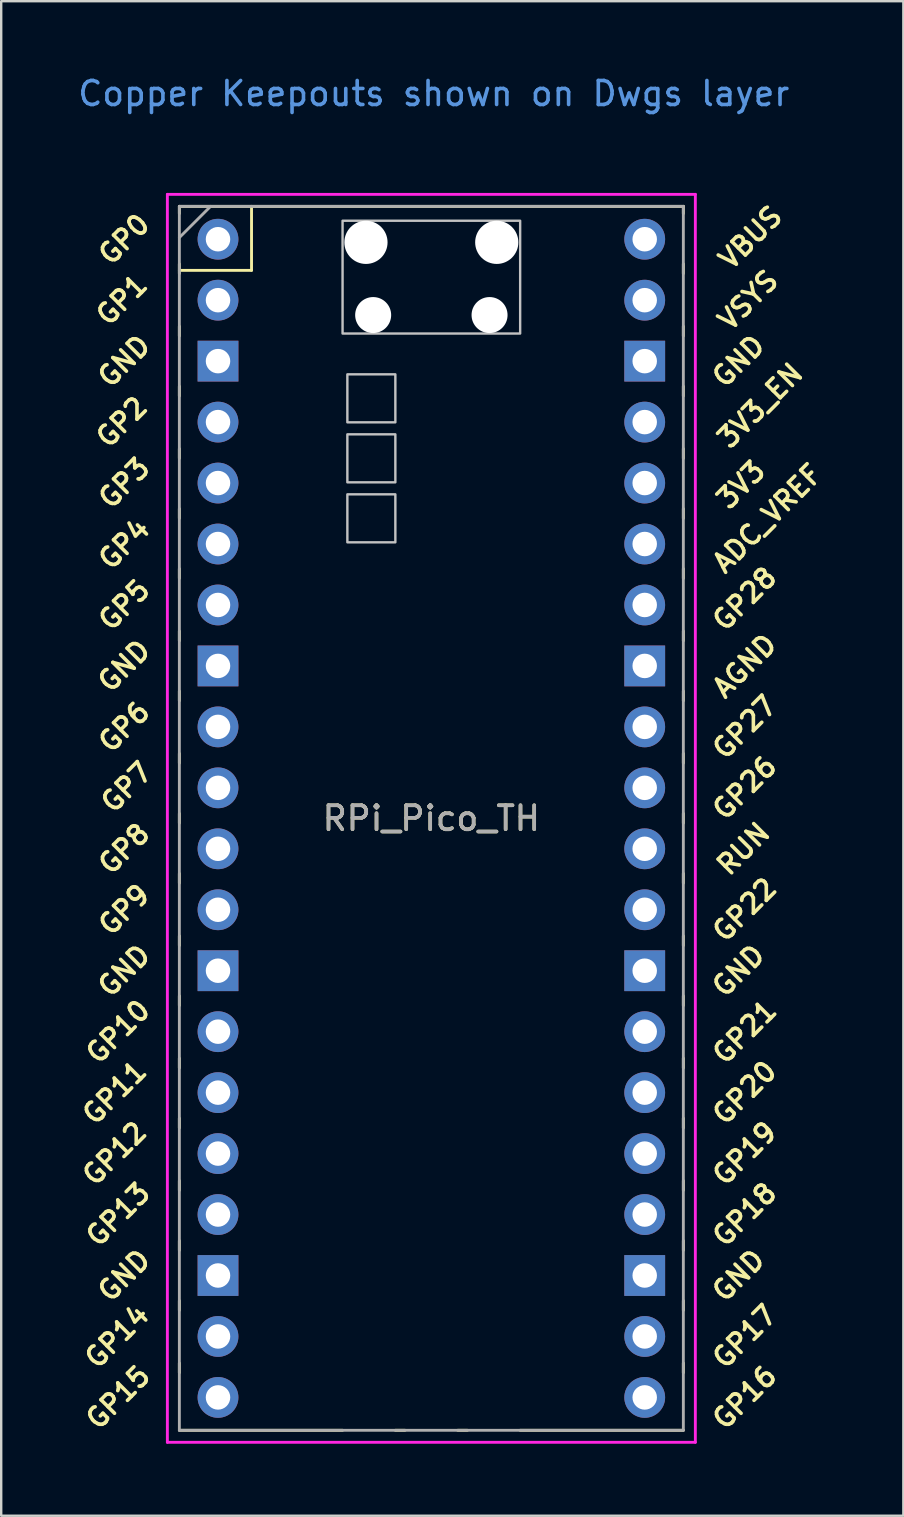
<source format=kicad_pcb>
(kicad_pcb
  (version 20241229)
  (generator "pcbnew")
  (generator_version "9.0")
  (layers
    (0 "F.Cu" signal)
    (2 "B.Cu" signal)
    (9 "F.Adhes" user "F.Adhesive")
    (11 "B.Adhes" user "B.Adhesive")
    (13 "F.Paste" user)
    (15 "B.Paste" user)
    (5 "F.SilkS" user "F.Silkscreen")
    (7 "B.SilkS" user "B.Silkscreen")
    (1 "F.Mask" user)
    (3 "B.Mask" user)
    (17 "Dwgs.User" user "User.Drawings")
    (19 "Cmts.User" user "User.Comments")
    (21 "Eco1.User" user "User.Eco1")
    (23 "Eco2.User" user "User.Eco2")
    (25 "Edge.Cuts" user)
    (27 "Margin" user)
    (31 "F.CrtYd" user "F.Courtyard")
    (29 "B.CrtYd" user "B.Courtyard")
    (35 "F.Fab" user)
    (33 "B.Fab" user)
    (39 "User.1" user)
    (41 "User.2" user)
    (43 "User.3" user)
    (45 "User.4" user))
  (footprint "RPi_Pico_TH"
    (layer "F.Cu")
    (at 14.924 31.048)
    (property "Reference" "RPi_Pico_TH" (at 0 0 0) (layer "F.SilkS") (effects (font (size 1 1) (thickness 0.15))))
    (attr through_hole)
    (fp_line (start -10.5 -25.5) (end -10.5 -25.2) (stroke (width 0.12) (type solid)) (layer "F.SilkS"))
    (fp_line (start -10.5 -25.5) (end 10.5 -25.5) (stroke (width 0.12) (type solid)) (layer "F.SilkS"))
    (fp_line (start -10.5 -23.1) (end -10.5 -22.7) (stroke (width 0.12) (type solid)) (layer "F.SilkS"))
    (fp_line (start -10.5 -22.833) (end -7.493 -22.833) (stroke (width 0.12) (type solid)) (layer "F.SilkS"))
    (fp_line (start -10.5 -20.5) (end -10.5 -20.1) (stroke (width 0.12) (type solid)) (layer "F.SilkS"))
    (fp_line (start -10.5 -18) (end -10.5 -17.6) (stroke (width 0.12) (type solid)) (layer "F.SilkS"))
    (fp_line (start -10.5 -15.4) (end -10.5 -15) (stroke (width 0.12) (type solid)) (layer "F.SilkS"))
    (fp_line (start -10.5 -12.9) (end -10.5 -12.5) (stroke (width 0.12) (type solid)) (layer "F.SilkS"))
    (fp_line (start -10.5 -10.4) (end -10.5 -10) (stroke (width 0.12) (type solid)) (layer "F.SilkS"))
    (fp_line (start -10.5 -7.8) (end -10.5 -7.4) (stroke (width 0.12) (type solid)) (layer "F.SilkS"))
    (fp_line (start -10.5 -5.3) (end -10.5 -4.9) (stroke (width 0.12) (type solid)) (layer "F.SilkS"))
    (fp_line (start -10.5 -2.7) (end -10.5 -2.3) (stroke (width 0.12) (type solid)) (layer "F.SilkS"))
    (fp_line (start -10.5 -0.2) (end -10.5 0.2) (stroke (width 0.12) (type solid)) (layer "F.SilkS"))
    (fp_line (start -10.5 2.3) (end -10.5 2.7) (stroke (width 0.12) (type solid)) (layer "F.SilkS"))
    (fp_line (start -10.5 4.9) (end -10.5 5.3) (stroke (width 0.12) (type solid)) (layer "F.SilkS"))
    (fp_line (start -10.5 7.4) (end -10.5 7.8) (stroke (width 0.12) (type solid)) (layer "F.SilkS"))
    (fp_line (start -10.5 10) (end -10.5 10.4) (stroke (width 0.12) (type solid)) (layer "F.SilkS"))
    (fp_line (start -10.5 12.5) (end -10.5 12.9) (stroke (width 0.12) (type solid)) (layer "F.SilkS"))
    (fp_line (start -10.5 15.1) (end -10.5 15.5) (stroke (width 0.12) (type solid)) (layer "F.SilkS"))
    (fp_line (start -10.5 17.6) (end -10.5 18) (stroke (width 0.12) (type solid)) (layer "F.SilkS"))
    (fp_line (start -10.5 20.1) (end -10.5 20.5) (stroke (width 0.12) (type solid)) (layer "F.SilkS"))
    (fp_line (start -10.5 22.7) (end -10.5 23.1) (stroke (width 0.12) (type solid)) (layer "F.SilkS"))
    (fp_line (start -7.493 -22.833) (end -7.493 -25.5) (stroke (width 0.12) (type solid)) (layer "F.SilkS"))
    (fp_line (start -3.7 25.5) (end -10.5 25.5) (stroke (width 0.12) (type solid)) (layer "F.SilkS"))
    (fp_line (start -1.5 25.5) (end -1.1 25.5) (stroke (width 0.12) (type solid)) (layer "F.SilkS"))
    (fp_line (start 1.1 25.5) (end 1.5 25.5) (stroke (width 0.12) (type solid)) (layer "F.SilkS"))
    (fp_line (start 10.5 -25.5) (end 10.5 -25.2) (stroke (width 0.12) (type solid)) (layer "F.SilkS"))
    (fp_line (start 10.5 -23.1) (end 10.5 -22.7) (stroke (width 0.12) (type solid)) (layer "F.SilkS"))
    (fp_line (start 10.5 -20.5) (end 10.5 -20.1) (stroke (width 0.12) (type solid)) (layer "F.SilkS"))
    (fp_line (start 10.5 -18) (end 10.5 -17.6) (stroke (width 0.12) (type solid)) (layer "F.SilkS"))
    (fp_line (start 10.5 -15.4) (end 10.5 -15) (stroke (width 0.12) (type solid)) (layer "F.SilkS"))
    (fp_line (start 10.5 -12.9) (end 10.5 -12.5) (stroke (width 0.12) (type solid)) (layer "F.SilkS"))
    (fp_line (start 10.5 -10.4) (end 10.5 -10) (stroke (width 0.12) (type solid)) (layer "F.SilkS"))
    (fp_line (start 10.5 -7.8) (end 10.5 -7.4) (stroke (width 0.12) (type solid)) (layer "F.SilkS"))
    (fp_line (start 10.5 -5.3) (end 10.5 -4.9) (stroke (width 0.12) (type solid)) (layer "F.SilkS"))
    (fp_line (start 10.5 -2.7) (end 10.5 -2.3) (stroke (width 0.12) (type solid)) (layer "F.SilkS"))
    (fp_line (start 10.5 -0.2) (end 10.5 0.2) (stroke (width 0.12) (type solid)) (layer "F.SilkS"))
    (fp_line (start 10.5 2.3) (end 10.5 2.7) (stroke (width 0.12) (type solid)) (layer "F.SilkS"))
    (fp_line (start 10.5 4.9) (end 10.5 5.3) (stroke (width 0.12) (type solid)) (layer "F.SilkS"))
    (fp_line (start 10.5 7.4) (end 10.5 7.8) (stroke (width 0.12) (type solid)) (layer "F.SilkS"))
    (fp_line (start 10.5 10) (end 10.5 10.4) (stroke (width 0.12) (type solid)) (layer "F.SilkS"))
    (fp_line (start 10.5 12.5) (end 10.5 12.9) (stroke (width 0.12) (type solid)) (layer "F.SilkS"))
    (fp_line (start 10.5 15.1) (end 10.5 15.5) (stroke (width 0.12) (type solid)) (layer "F.SilkS"))
    (fp_line (start 10.5 17.6) (end 10.5 18) (stroke (width 0.12) (type solid)) (layer "F.SilkS"))
    (fp_line (start 10.5 20.1) (end 10.5 20.5) (stroke (width 0.12) (type solid)) (layer "F.SilkS"))
    (fp_line (start 10.5 22.7) (end 10.5 23.1) (stroke (width 0.12) (type solid)) (layer "F.SilkS"))
    (fp_line (start 10.5 25.5) (end 3.7 25.5) (stroke (width 0.12) (type solid)) (layer "F.SilkS"))
    (fp_poly (pts (xy -1.5 -16.5) (xy -3.5 -16.5) (xy -3.5 -18.5) (xy -1.5 -18.5)) (stroke (width 0.1) (type solid)) (fill no) (layer "Dwgs.User"))
    (fp_poly (pts (xy -1.5 -14) (xy -3.5 -14) (xy -3.5 -16) (xy -1.5 -16)) (stroke (width 0.1) (type solid)) (fill no) (layer "Dwgs.User"))
    (fp_poly (pts (xy -1.5 -11.5) (xy -3.5 -11.5) (xy -3.5 -13.5) (xy -1.5 -13.5)) (stroke (width 0.1) (type solid)) (fill no) (layer "Dwgs.User"))
    (fp_poly (pts (xy 3.7 -20.2) (xy -3.7 -20.2) (xy -3.7 -24.9) (xy 3.7 -24.9)) (stroke (width 0.1) (type solid)) (fill no) (layer "Dwgs.User"))
    (fp_line (start -11 -26) (end 11 -26) (stroke (width 0.12) (type solid)) (layer "F.CrtYd"))
    (fp_line (start -11 26) (end -11 -26) (stroke (width 0.12) (type solid)) (layer "F.CrtYd"))
    (fp_line (start 11 -26) (end 11 26) (stroke (width 0.12) (type solid)) (layer "F.CrtYd"))
    (fp_line (start 11 26) (end -11 26) (stroke (width 0.12) (type solid)) (layer "F.CrtYd"))
    (fp_line (start -10.5 -25.5) (end 10.5 -25.5) (stroke (width 0.12) (type solid)) (layer "F.Fab"))
    (fp_line (start -10.5 -24.2) (end -9.2 -25.5) (stroke (width 0.12) (type solid)) (layer "F.Fab"))
    (fp_line (start -10.5 25.5) (end -10.5 -25.5) (stroke (width 0.12) (type solid)) (layer "F.Fab"))
    (fp_line (start 10.5 -25.5) (end 10.5 25.5) (stroke (width 0.12) (type solid)) (layer "F.Fab"))
    (fp_line (start 10.5 25.5) (end -10.5 25.5) (stroke (width 0.12) (type solid)) (layer "F.Fab"))
    (fp_text user "GP1" (at -12.9 -21.6 45) (layer "F.SilkS") (effects (font (size 0.8 0.8) (thickness 0.15))))
    (fp_text user "GP5" (at -12.8 -8.89 45) (layer "F.SilkS") (effects (font (size 0.8 0.8) (thickness 0.15))))
    (fp_text user "GP13" (at -13.054 16.51 45) (layer "F.SilkS") (effects (font (size 0.8 0.8) (thickness 0.15))))
    (fp_text user "GP3" (at -12.8 -13.97 45) (layer "F.SilkS") (effects (font (size 0.8 0.8) (thickness 0.15))))
    (fp_text user "GND" (at -12.8 19.05 45) (layer "F.SilkS") (effects (font (size 0.8 0.8) (thickness 0.15))))
    (fp_text user "GP16" (at 13.054 24.13 45) (layer "F.SilkS") (effects (font (size 0.8 0.8) (thickness 0.15))))
    (fp_text user "GP22" (at 13.054 3.81 45) (layer "F.SilkS") (effects (font (size 0.8 0.8) (thickness 0.15))))
    (fp_text user "GND" (at 12.8 -19.05 45) (layer "F.SilkS") (effects (font (size 0.8 0.8) (thickness 0.15))))
    (fp_text user "GP4" (at -12.8 -11.43 45) (layer "F.SilkS") (effects (font (size 0.8 0.8) (thickness 0.15))))
    (fp_text user "GND" (at 12.8 6.35 45) (layer "F.SilkS") (effects (font (size 0.8 0.8) (thickness 0.15))))
    (fp_text user "GP8" (at -12.8 1.27 45) (layer "F.SilkS") (effects (font (size 0.8 0.8) (thickness 0.15))))
    (fp_text user "GP14" (at -13.1 21.59 45) (layer "F.SilkS") (effects (font (size 0.8 0.8) (thickness 0.15))))
    (fp_text user "AGND" (at 13.054 -6.35 45) (layer "F.SilkS") (effects (font (size 0.8 0.8) (thickness 0.15))))
    (fp_text user "GP26" (at 13.054 -1.27 45) (layer "F.SilkS") (effects (font (size 0.8 0.8) (thickness 0.15))))
    (fp_text user "GP17" (at 13.054 21.59 45) (layer "F.SilkS") (effects (font (size 0.8 0.8) (thickness 0.15))))
    (fp_text user "GP9" (at -12.8 3.81 45) (layer "F.SilkS") (effects (font (size 0.8 0.8) (thickness 0.15))))
    (fp_text user "GND" (at 12.8 19.05 45) (layer "F.SilkS") (effects (font (size 0.8 0.8) (thickness 0.15))))
    (fp_text user "GP11" (at -13.2 11.43 45) (layer "F.SilkS") (effects (font (size 0.8 0.8) (thickness 0.15))))
    (fp_text user "GND" (at -12.8 -6.35 45) (layer "F.SilkS") (effects (font (size 0.8 0.8) (thickness 0.15))))
    (fp_text user "RUN" (at 13 1.27 45) (layer "F.SilkS") (effects (font (size 0.8 0.8) (thickness 0.15))))
    (fp_text user "GP12" (at -13.2 13.97 45) (layer "F.SilkS") (effects (font (size 0.8 0.8) (thickness 0.15))))
    (fp_text user "VBUS" (at 13.3 -24.2 45) (layer "F.SilkS") (effects (font (size 0.8 0.8) (thickness 0.15))))
    (fp_text user "ADC_VREF" (at 14 -12.5 45) (layer "F.SilkS") (effects (font (size 0.8 0.8) (thickness 0.15))))
    (fp_text user "GP21" (at 13.054 8.9 45) (layer "F.SilkS") (effects (font (size 0.8 0.8) (thickness 0.15))))
    (fp_text user "3V3" (at 12.9 -13.9 45) (layer "F.SilkS") (effects (font (size 0.8 0.8) (thickness 0.15))))
    (fp_text user "GND" (at -12.8 6.35 45) (layer "F.SilkS") (effects (font (size 0.8 0.8) (thickness 0.15))))
    (fp_text user "3V3_EN" (at 13.7 -17.2 45) (layer "F.SilkS") (effects (font (size 0.8 0.8) (thickness 0.15))))
    (fp_text user "GP2" (at -12.9 -16.51 45) (layer "F.SilkS") (effects (font (size 0.8 0.8) (thickness 0.15))))
    (fp_text user "GND" (at -12.8 -19.05 45) (layer "F.SilkS") (effects (font (size 0.8 0.8) (thickness 0.15))))
    (fp_text user "GP19" (at 13.054 13.97 45) (layer "F.SilkS") (effects (font (size 0.8 0.8) (thickness 0.15))))
    (fp_text user "GP28" (at 13.054 -9.144 45) (layer "F.SilkS") (effects (font (size 0.8 0.8) (thickness 0.15))))
    (fp_text user "GP6" (at -12.8 -3.81 45) (layer "F.SilkS") (effects (font (size 0.8 0.8) (thickness 0.15))))
    (fp_text user "VSYS" (at 13.2 -21.59 45) (layer "F.SilkS") (effects (font (size 0.8 0.8) (thickness 0.15))))
    (fp_text user "GP7" (at -12.7 -1.3 45) (layer "F.SilkS") (effects (font (size 0.8 0.8) (thickness 0.15))))
    (fp_text user "GP27" (at 13.054 -3.8 45) (layer "F.SilkS") (effects (font (size 0.8 0.8) (thickness 0.15))))
    (fp_text user "GP0" (at -12.8 -24.13 45) (layer "F.SilkS") (effects (font (size 0.8 0.8) (thickness 0.15))))
    (fp_text user "GP20" (at 13.054 11.43 45) (layer "F.SilkS") (effects (font (size 0.8 0.8) (thickness 0.15))))
    (fp_text user "GP10" (at -13.054 8.89 45) (layer "F.SilkS") (effects (font (size 0.8 0.8) (thickness 0.15))))
    (fp_text user "GP15" (at -13.054 24.13 45) (layer "F.SilkS") (effects (font (size 0.8 0.8) (thickness 0.15))))
    (fp_text user "GP18" (at 13.054 16.51 45) (layer "F.SilkS") (effects (font (size 0.8 0.8) (thickness 0.15))))
    (fp_text user "Copper Keepouts shown on Dwgs layer" (at 0.1 -30.2 0) (layer "Cmts.User") (effects (font (size 1 1) (thickness 0.15))))
    (fp_text user "${REFERENCE}" (at 0 0 180) (layer "F.Fab") (effects (font (size 1 1) (thickness 0.15))))
    (pad "" np_thru_hole oval (at -2.725 -24) (size 1.8 1.8) (drill 1.8) (layers "*.Cu" "*.Mask"))
    (pad "" np_thru_hole oval (at -2.425 -20.97) (size 1.5 1.5) (drill 1.5) (layers "*.Cu" "*.Mask"))
    (pad "" np_thru_hole oval (at 2.425 -20.97) (size 1.5 1.5) (drill 1.5) (layers "*.Cu" "*.Mask"))
    (pad "" np_thru_hole oval (at 2.725 -24) (size 1.8 1.8) (drill 1.8) (layers "*.Cu" "*.Mask"))
    (pad "1" thru_hole oval (at -8.89 -24.13) (size 1.7 1.7) (drill 1.02) (layers "*.Cu" "*.Mask"))
    (pad "2" thru_hole oval (at -8.89 -21.59) (size 1.7 1.7) (drill 1.02) (layers "*.Cu" "*.Mask"))
    (pad "3" thru_hole rect (at -8.89 -19.05) (size 1.7 1.7) (drill 1.02) (layers "*.Cu" "*.Mask"))
    (pad "4" thru_hole oval (at -8.89 -16.51) (size 1.7 1.7) (drill 1.02) (layers "*.Cu" "*.Mask"))
    (pad "5" thru_hole oval (at -8.89 -13.97) (size 1.7 1.7) (drill 1.02) (layers "*.Cu" "*.Mask"))
    (pad "6" thru_hole oval (at -8.89 -11.43) (size 1.7 1.7) (drill 1.02) (layers "*.Cu" "*.Mask"))
    (pad "7" thru_hole oval (at -8.89 -8.89) (size 1.7 1.7) (drill 1.02) (layers "*.Cu" "*.Mask"))
    (pad "8" thru_hole rect (at -8.89 -6.35) (size 1.7 1.7) (drill 1.02) (layers "*.Cu" "*.Mask"))
    (pad "9" thru_hole oval (at -8.89 -3.81) (size 1.7 1.7) (drill 1.02) (layers "*.Cu" "*.Mask"))
    (pad "10" thru_hole oval (at -8.89 -1.27) (size 1.7 1.7) (drill 1.02) (layers "*.Cu" "*.Mask"))
    (pad "11" thru_hole oval (at -8.89 1.27) (size 1.7 1.7) (drill 1.02) (layers "*.Cu" "*.Mask"))
    (pad "12" thru_hole oval (at -8.89 3.81) (size 1.7 1.7) (drill 1.02) (layers "*.Cu" "*.Mask"))
    (pad "13" thru_hole rect (at -8.89 6.35) (size 1.7 1.7) (drill 1.02) (layers "*.Cu" "*.Mask"))
    (pad "14" thru_hole oval (at -8.89 8.89) (size 1.7 1.7) (drill 1.02) (layers "*.Cu" "*.Mask"))
    (pad "15" thru_hole oval (at -8.89 11.43) (size 1.7 1.7) (drill 1.02) (layers "*.Cu" "*.Mask"))
    (pad "16" thru_hole oval (at -8.89 13.97) (size 1.7 1.7) (drill 1.02) (layers "*.Cu" "*.Mask"))
    (pad "17" thru_hole oval (at -8.89 16.51) (size 1.7 1.7) (drill 1.02) (layers "*.Cu" "*.Mask"))
    (pad "18" thru_hole rect (at -8.89 19.05) (size 1.7 1.7) (drill 1.02) (layers "*.Cu" "*.Mask"))
    (pad "19" thru_hole oval (at -8.89 21.59) (size 1.7 1.7) (drill 1.02) (layers "*.Cu" "*.Mask"))
    (pad "20" thru_hole oval (at -8.89 24.13) (size 1.7 1.7) (drill 1.02) (layers "*.Cu" "*.Mask"))
    (pad "21" thru_hole oval (at 8.89 24.13) (size 1.7 1.7) (drill 1.02) (layers "*.Cu" "*.Mask"))
    (pad "22" thru_hole oval (at 8.89 21.59) (size 1.7 1.7) (drill 1.02) (layers "*.Cu" "*.Mask"))
    (pad "23" thru_hole rect (at 8.89 19.05) (size 1.7 1.7) (drill 1.02) (layers "*.Cu" "*.Mask"))
    (pad "24" thru_hole oval (at 8.89 16.51) (size 1.7 1.7) (drill 1.02) (layers "*.Cu" "*.Mask"))
    (pad "25" thru_hole oval (at 8.89 13.97) (size 1.7 1.7) (drill 1.02) (layers "*.Cu" "*.Mask"))
    (pad "26" thru_hole oval (at 8.89 11.43) (size 1.7 1.7) (drill 1.02) (layers "*.Cu" "*.Mask"))
    (pad "27" thru_hole oval (at 8.89 8.89) (size 1.7 1.7) (drill 1.02) (layers "*.Cu" "*.Mask"))
    (pad "28" thru_hole rect (at 8.89 6.35) (size 1.7 1.7) (drill 1.02) (layers "*.Cu" "*.Mask"))
    (pad "29" thru_hole oval (at 8.89 3.81) (size 1.7 1.7) (drill 1.02) (layers "*.Cu" "*.Mask"))
    (pad "30" thru_hole oval (at 8.89 1.27) (size 1.7 1.7) (drill 1.02) (layers "*.Cu" "*.Mask"))
    (pad "31" thru_hole oval (at 8.89 -1.27) (size 1.7 1.7) (drill 1.02) (layers "*.Cu" "*.Mask"))
    (pad "32" thru_hole oval (at 8.89 -3.81) (size 1.7 1.7) (drill 1.02) (layers "*.Cu" "*.Mask"))
    (pad "33" thru_hole rect (at 8.89 -6.35) (size 1.7 1.7) (drill 1.02) (layers "*.Cu" "*.Mask"))
    (pad "34" thru_hole oval (at 8.89 -8.89) (size 1.7 1.7) (drill 1.02) (layers "*.Cu" "*.Mask"))
    (pad "35" thru_hole oval (at 8.89 -11.43) (size 1.7 1.7) (drill 1.02) (layers "*.Cu" "*.Mask"))
    (pad "36" thru_hole oval (at 8.89 -13.97) (size 1.7 1.7) (drill 1.02) (layers "*.Cu" "*.Mask"))
    (pad "37" thru_hole oval (at 8.89 -16.51) (size 1.7 1.7) (drill 1.02) (layers "*.Cu" "*.Mask"))
    (pad "38" thru_hole rect (at 8.89 -19.05) (size 1.7 1.7) (drill 1.02) (layers "*.Cu" "*.Mask"))
    (pad "39" thru_hole oval (at 8.89 -21.59) (size 1.7 1.7) (drill 1.02) (layers "*.Cu" "*.Mask"))
    (pad "40" thru_hole oval (at 8.89 -24.13) (size 1.7 1.7) (drill 1.02) (layers "*.Cu" "*.Mask")))
  (gr_rect
    (start -3 -3)
    (end 34.591 60.108)
    (stroke (width 0.1) (type default))
    (fill no)
    (layer "Edge.Cuts")))
</source>
